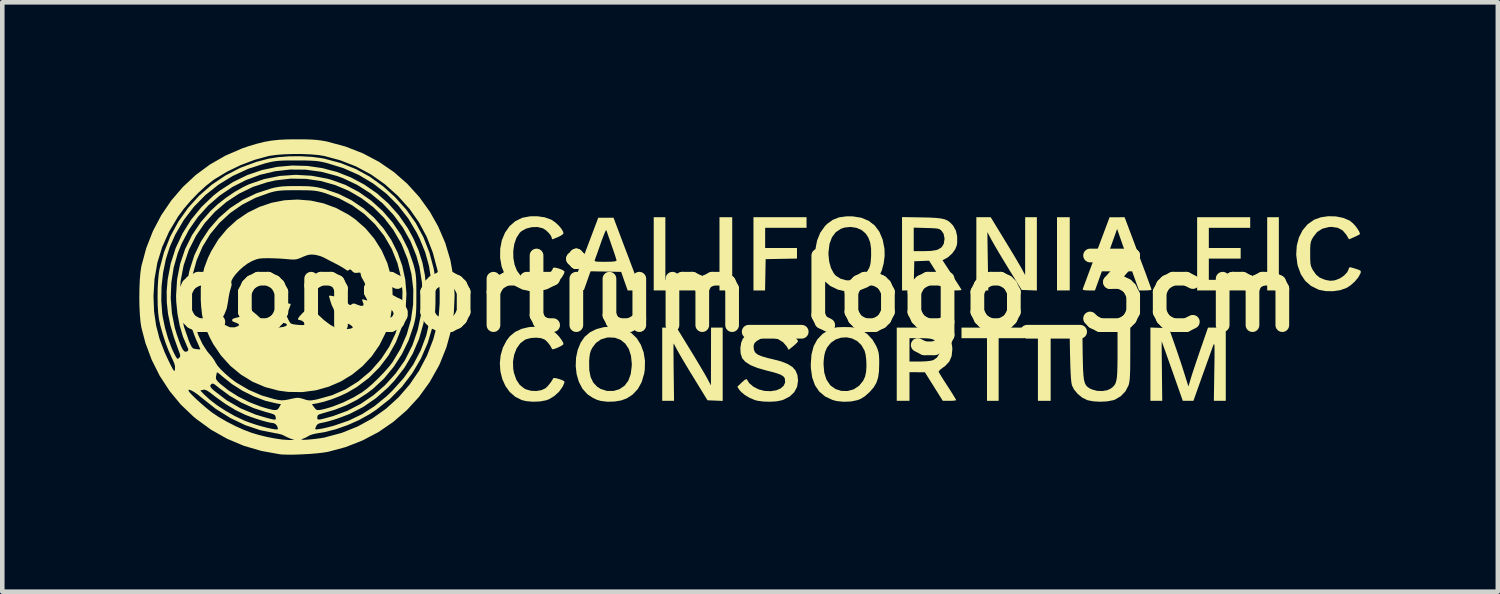
<source format=kicad_pcb>
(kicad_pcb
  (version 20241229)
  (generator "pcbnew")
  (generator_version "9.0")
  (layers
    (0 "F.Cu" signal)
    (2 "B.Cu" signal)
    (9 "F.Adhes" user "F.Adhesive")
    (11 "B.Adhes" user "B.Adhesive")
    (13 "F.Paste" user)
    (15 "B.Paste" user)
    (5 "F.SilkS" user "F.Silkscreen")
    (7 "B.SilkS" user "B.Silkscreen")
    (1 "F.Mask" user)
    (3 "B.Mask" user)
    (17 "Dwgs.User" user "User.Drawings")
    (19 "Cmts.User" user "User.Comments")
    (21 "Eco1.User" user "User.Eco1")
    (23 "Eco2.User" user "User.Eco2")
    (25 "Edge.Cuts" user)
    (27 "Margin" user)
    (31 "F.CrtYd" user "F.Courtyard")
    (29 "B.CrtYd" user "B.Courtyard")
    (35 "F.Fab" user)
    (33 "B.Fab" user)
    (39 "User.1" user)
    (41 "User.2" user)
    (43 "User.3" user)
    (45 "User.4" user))
  (footprint "consortium_logo_3cm"
    (layer "F.Cu")
    (at 13.052 3.379)
    (property "Reference" "consortium_logo_3cm" (at 0 0 0) (layer "F.SilkS") (effects (font (size 1.524 1.524) (thickness 0.3))))
    (attr board_only exclude_from_pos_files exclude_from_bom)
    (fp_poly (pts (xy -0.07 -0.07) (xy -0.349 -0.07) (xy -0.349 -1.673) (xy -0.07 -1.673)) (stroke (width 0) (type solid)) (fill yes) (layer "F.SilkS"))
    (fp_poly (pts (xy 6.902 2.347) (xy 6.623 2.347) (xy 6.623 0.744) (xy 6.902 0.744)) (stroke (width 0) (type solid)) (fill yes) (layer "F.SilkS"))
    (fp_poly (pts (xy 7.32 -0.07) (xy 7.041 -0.07) (xy 7.041 -1.673) (xy 7.32 -1.673)) (stroke (width 0) (type solid)) (fill yes) (layer "F.SilkS"))
    (fp_poly (pts (xy 11.898 -0.07) (xy 11.643 -0.07) (xy 11.643 -1.673) (xy 11.898 -1.673)) (stroke (width 0) (type solid)) (fill yes) (layer "F.SilkS"))
    (fp_poly (pts (xy -1.534 -0.302) (xy -0.651 -0.302) (xy -0.651 -0.07) (xy -1.789 -0.07) (xy -1.789 -1.673) (xy -1.534 -1.673)) (stroke (width 0) (type solid)) (fill yes) (layer "F.SilkS"))
    (fp_poly (pts (xy 6.321 0.976) (xy 5.763 0.976) (xy 5.763 2.347) (xy 5.508 2.347) (xy 5.508 0.976) (xy 4.95 0.976) (xy 4.95 0.744) (xy 6.321 0.744)) (stroke (width 0) (type solid)) (fill yes) (layer "F.SilkS"))
    (fp_poly (pts (xy 1.557 -1.441) (xy 0.651 -1.441) (xy 0.651 -0.999) (xy 1.348 -0.999) (xy 1.348 -0.768) (xy 0.662 -0.755) (xy 0.649 -0.07) (xy 0.395 -0.07) (xy 0.395 -1.673) (xy 1.557 -1.673)) (stroke (width 0) (type solid)) (fill yes) (layer "F.SilkS"))
    (fp_poly (pts (xy 11.271 -1.441) (xy 10.365 -1.441) (xy 10.365 -0.999) (xy 11.062 -0.999) (xy 11.062 -0.767) (xy 10.365 -0.767) (xy 10.365 -0.302) (xy 11.294 -0.302) (xy 11.294 -0.07) (xy 10.109 -0.07) (xy 10.109 -1.673) (xy 11.271 -1.673)) (stroke (width 0) (type solid)) (fill yes) (layer "F.SilkS"))
    (fp_poly (pts (xy 6.6 -0.068) (xy 6.433 -0.075) (xy 6.267 -0.081) (xy 5.988 -0.534) (xy 5.901 -0.677) (xy 5.815 -0.819) (xy 5.737 -0.95) (xy 5.671 -1.063) (xy 5.623 -1.148) (xy 5.612 -1.167) (xy 5.516 -1.347) (xy 5.526 -0.708) (xy 5.537 -0.07) (xy 5.275 -0.07) (xy 5.275 -1.673) (xy 5.589 -1.673) (xy 5.891 -1.179) (xy 5.979 -1.034) (xy 6.064 -0.894) (xy 6.14 -0.767) (xy 6.203 -0.659) (xy 6.25 -0.579) (xy 6.268 -0.546) (xy 6.343 -0.407) (xy 6.344 -1.673) (xy 6.6 -1.673)) (stroke (width 0) (type solid)) (fill yes) (layer "F.SilkS"))
    (fp_poly (pts (xy -0.999 1.214) (xy -0.911 1.358) (xy -0.826 1.499) (xy -0.749 1.628) (xy -0.684 1.739) (xy -0.637 1.821) (xy -0.623 1.847) (xy -0.536 2.01) (xy -0.535 1.377) (xy -0.534 0.744) (xy -0.279 0.744) (xy -0.279 2.349) (xy -0.445 2.342) (xy -0.612 2.335) (xy -0.911 1.847) (xy -0.999 1.704) (xy -1.082 1.565) (xy -1.157 1.44) (xy -1.219 1.334) (xy -1.263 1.256) (xy -1.28 1.226) (xy -1.316 1.158) (xy -1.342 1.109) (xy -1.354 1.092) (xy -1.355 1.114) (xy -1.356 1.177) (xy -1.356 1.274) (xy -1.355 1.4) (xy -1.354 1.548) (xy -1.352 1.713) (xy -1.352 1.72) (xy -1.344 2.347) (xy -1.603 2.347) (xy -1.603 0.744) (xy -1.288 0.744)) (stroke (width 0) (type solid)) (fill yes) (layer "F.SilkS"))
    (fp_poly (pts (xy 7.603 1.307) (xy 7.607 1.508) (xy 7.612 1.668) (xy 7.62 1.792) (xy 7.632 1.887) (xy 7.651 1.957) (xy 7.676 2.007) (xy 7.711 2.045) (xy 7.755 2.074) (xy 7.804 2.097) (xy 7.914 2.128) (xy 8.033 2.133) (xy 8.144 2.114) (xy 8.222 2.076) (xy 8.264 2.043) (xy 8.297 2.007) (xy 8.322 1.963) (xy 8.34 1.905) (xy 8.353 1.828) (xy 8.36 1.725) (xy 8.364 1.59) (xy 8.366 1.418) (xy 8.366 1.307) (xy 8.366 0.744) (xy 8.645 0.744) (xy 8.645 1.32) (xy 8.644 1.509) (xy 8.643 1.658) (xy 8.639 1.773) (xy 8.634 1.861) (xy 8.626 1.927) (xy 8.616 1.978) (xy 8.607 2.009) (xy 8.539 2.139) (xy 8.437 2.246) (xy 8.311 2.32) (xy 8.27 2.334) (xy 8.139 2.359) (xy 7.986 2.367) (xy 7.835 2.358) (xy 7.708 2.333) (xy 7.598 2.28) (xy 7.495 2.197) (xy 7.412 2.096) (xy 7.369 2.01) (xy 7.357 1.954) (xy 7.347 1.862) (xy 7.339 1.731) (xy 7.332 1.558) (xy 7.327 1.341) (xy 7.326 1.33) (xy 7.315 0.744) (xy 7.596 0.744)) (stroke (width 0) (type solid)) (fill yes) (layer "F.SilkS"))
    (fp_poly (pts (xy 8.816 -0.889) (xy 8.883 -0.708) (xy 8.946 -0.541) (xy 9.001 -0.393) (xy 9.046 -0.268) (xy 9.081 -0.173) (xy 9.103 -0.11) (xy 9.11 -0.087) (xy 9.089 -0.078) (xy 9.034 -0.072) (xy 8.973 -0.07) (xy 8.836 -0.07) (xy 8.686 -0.488) (xy 8.023 -0.488) (xy 7.948 -0.279) (xy 7.872 -0.07) (xy 7.733 -0.07) (xy 7.652 -0.073) (xy 7.611 -0.083) (xy 7.604 -0.099) (xy 7.614 -0.127) (xy 7.639 -0.193) (xy 7.676 -0.292) (xy 7.723 -0.42) (xy 7.78 -0.571) (xy 7.833 -0.715) (xy 8.111 -0.715) (xy 8.132 -0.707) (xy 8.191 -0.702) (xy 8.276 -0.698) (xy 8.357 -0.697) (xy 8.467 -0.698) (xy 8.537 -0.701) (xy 8.577 -0.707) (xy 8.592 -0.718) (xy 8.592 -0.735) (xy 8.592 -0.738) (xy 8.58 -0.774) (xy 8.556 -0.844) (xy 8.523 -0.941) (xy 8.483 -1.054) (xy 8.468 -1.097) (xy 8.357 -1.416) (xy 8.235 -1.074) (xy 8.192 -0.956) (xy 8.156 -0.853) (xy 8.129 -0.773) (xy 8.114 -0.725) (xy 8.111 -0.715) (xy 7.833 -0.715) (xy 7.843 -0.739) (xy 7.903 -0.9) (xy 8.192 -1.672) (xy 8.521 -1.673)) (stroke (width 0) (type solid)) (fill yes) (layer "F.SilkS"))
    (fp_poly (pts (xy 4.084 -1.669) (xy 4.261 -1.665) (xy 4.398 -1.657) (xy 4.504 -1.645) (xy 4.585 -1.626) (xy 4.648 -1.598) (xy 4.701 -1.558) (xy 4.751 -1.506) (xy 4.772 -1.48) (xy 4.827 -1.38) (xy 4.855 -1.254) (xy 4.855 -1.113) (xy 4.847 -1.058) (xy 4.812 -0.97) (xy 4.746 -0.88) (xy 4.662 -0.803) (xy 4.611 -0.771) (xy 4.534 -0.732) (xy 4.742 -0.413) (xy 4.811 -0.305) (xy 4.871 -0.211) (xy 4.917 -0.139) (xy 4.944 -0.093) (xy 4.95 -0.081) (xy 4.929 -0.075) (xy 4.873 -0.071) (xy 4.8 -0.07) (xy 4.651 -0.07) (xy 4.241 -0.721) (xy 4.078 -0.715) (xy 3.916 -0.709) (xy 3.909 -0.389) (xy 3.903 -0.07) (xy 3.648 -0.07) (xy 3.648 -1.445) (xy 3.904 -1.445) (xy 3.904 -0.93) (xy 4.124 -0.93) (xy 4.28 -0.935) (xy 4.394 -0.953) (xy 4.435 -0.966) (xy 4.515 -1.015) (xy 4.561 -1.088) (xy 4.578 -1.192) (xy 4.578 -1.208) (xy 4.559 -1.307) (xy 4.522 -1.364) (xy 4.497 -1.391) (xy 4.47 -1.41) (xy 4.433 -1.422) (xy 4.377 -1.429) (xy 4.291 -1.434) (xy 4.185 -1.437) (xy 3.904 -1.445) (xy 3.648 -1.445) (xy 3.648 -1.676)) (stroke (width 0) (type solid)) (fill yes) (layer "F.SilkS"))
    (fp_poly (pts (xy 9.289 0.749) (xy 9.491 0.755) (xy 9.614 1.104) (xy 9.666 1.254) (xy 9.722 1.419) (xy 9.776 1.581) (xy 9.82 1.72) (xy 9.827 1.742) (xy 9.918 2.032) (xy 9.97 1.859) (xy 9.993 1.783) (xy 10.029 1.673) (xy 10.074 1.539) (xy 10.124 1.39) (xy 10.176 1.238) (xy 10.184 1.214) (xy 10.347 0.744) (xy 10.736 0.744) (xy 10.736 2.347) (xy 10.475 2.347) (xy 10.485 1.696) (xy 10.488 1.506) (xy 10.49 1.358) (xy 10.49 1.249) (xy 10.489 1.173) (xy 10.487 1.127) (xy 10.482 1.106) (xy 10.475 1.106) (xy 10.466 1.123) (xy 10.458 1.144) (xy 10.44 1.193) (xy 10.409 1.279) (xy 10.368 1.394) (xy 10.319 1.531) (xy 10.265 1.682) (xy 10.224 1.795) (xy 10.028 2.347) (xy 9.912 2.347) (xy 9.795 2.347) (xy 9.566 1.696) (xy 9.508 1.532) (xy 9.455 1.384) (xy 9.41 1.256) (xy 9.373 1.153) (xy 9.347 1.082) (xy 9.335 1.048) (xy 9.334 1.046) (xy 9.333 1.068) (xy 9.333 1.131) (xy 9.333 1.228) (xy 9.334 1.355) (xy 9.336 1.504) (xy 9.338 1.671) (xy 9.338 1.696) (xy 9.345 2.347) (xy 9.086 2.347) (xy 9.086 0.742)) (stroke (width 0) (type solid)) (fill yes) (layer "F.SilkS"))
    (fp_poly (pts (xy 4.098 0.745) (xy 4.239 0.751) (xy 4.349 0.763) (xy 4.435 0.782) (xy 4.504 0.808) (xy 4.563 0.845) (xy 4.587 0.864) (xy 4.675 0.954) (xy 4.727 1.054) (xy 4.748 1.178) (xy 4.749 1.222) (xy 4.734 1.368) (xy 4.684 1.485) (xy 4.597 1.58) (xy 4.549 1.615) (xy 4.491 1.658) (xy 4.456 1.696) (xy 4.45 1.713) (xy 4.466 1.742) (xy 4.502 1.802) (xy 4.554 1.885) (xy 4.618 1.984) (xy 4.647 2.029) (xy 4.713 2.131) (xy 4.768 2.22) (xy 4.809 2.287) (xy 4.831 2.326) (xy 4.834 2.332) (xy 4.812 2.34) (xy 4.757 2.345) (xy 4.687 2.347) (xy 4.54 2.347) (xy 4.344 2.034) (xy 4.148 1.721) (xy 3.98 1.721) (xy 3.811 1.72) (xy 3.811 2.347) (xy 3.532 2.347) (xy 3.532 0.976) (xy 3.811 0.976) (xy 3.811 1.487) (xy 4.033 1.487) (xy 4.174 1.482) (xy 4.282 1.469) (xy 4.336 1.453) (xy 4.413 1.399) (xy 4.46 1.321) (xy 4.475 1.23) (xy 4.459 1.139) (xy 4.409 1.06) (xy 4.362 1.021) (xy 4.318 1) (xy 4.263 0.986) (xy 4.188 0.979) (xy 4.08 0.976) (xy 4.049 0.976) (xy 3.811 0.976) (xy 3.532 0.976) (xy 3.532 0.744) (xy 3.917 0.744)) (stroke (width 0) (type solid)) (fill yes) (layer "F.SilkS"))
    (fp_poly (pts (xy -2.419 -0.999) (xy -2.353 -0.827) (xy -2.291 -0.661) (xy -2.234 -0.511) (xy -2.186 -0.382) (xy -2.148 -0.281) (xy -2.123 -0.214) (xy -2.119 -0.203) (xy -2.069 -0.07) (xy -2.214 -0.07) (xy -2.359 -0.07) (xy -2.431 -0.273) (xy -2.502 -0.476) (xy -2.837 -0.483) (xy -3.172 -0.489) (xy -3.316 -0.081) (xy -3.459 -0.074) (xy -3.533 -0.072) (xy -3.585 -0.072) (xy -3.601 -0.074) (xy -3.593 -0.097) (xy -3.571 -0.158) (xy -3.535 -0.253) (xy -3.489 -0.377) (xy -3.433 -0.524) (xy -3.37 -0.691) (xy -3.359 -0.72) (xy -3.083 -0.72) (xy -3.071 -0.708) (xy -3.037 -0.701) (xy -2.972 -0.698) (xy -2.87 -0.697) (xy -2.849 -0.697) (xy -2.723 -0.699) (xy -2.643 -0.706) (xy -2.606 -0.718) (xy -2.603 -0.723) (xy -2.61 -0.754) (xy -2.63 -0.819) (xy -2.66 -0.911) (xy -2.698 -1.02) (xy -2.71 -1.054) (xy -2.749 -1.168) (xy -2.784 -1.267) (xy -2.81 -1.343) (xy -2.825 -1.387) (xy -2.827 -1.392) (xy -2.837 -1.383) (xy -2.86 -1.337) (xy -2.891 -1.26) (xy -2.929 -1.159) (xy -2.949 -1.102) (xy -2.99 -0.984) (xy -3.027 -0.88) (xy -3.057 -0.798) (xy -3.075 -0.747) (xy -3.079 -0.738) (xy -3.083 -0.72) (xy -3.359 -0.72) (xy -3.302 -0.871) (xy -3.003 -1.662) (xy -2.669 -1.662)) (stroke (width 0) (type solid)) (fill yes) (layer "F.SilkS"))
    (fp_poly (pts (xy -2.536 0.746) (xy -2.378 0.802) (xy -2.281 0.86) (xy -2.162 0.974) (xy -2.071 1.119) (xy -2.009 1.288) (xy -1.98 1.473) (xy -1.985 1.667) (xy -1.997 1.747) (xy -2.052 1.935) (xy -2.136 2.088) (xy -2.252 2.211) (xy -2.382 2.295) (xy -2.503 2.339) (xy -2.65 2.363) (xy -2.804 2.367) (xy -2.949 2.349) (xy -3.034 2.324) (xy -3.126 2.279) (xy -3.217 2.22) (xy -3.248 2.195) (xy -3.352 2.078) (xy -3.428 1.931) (xy -3.477 1.764) (xy -3.497 1.586) (xy -3.493 1.486) (xy -3.203 1.486) (xy -3.2 1.675) (xy -3.17 1.828) (xy -3.112 1.948) (xy -3.025 2.04) (xy -2.952 2.086) (xy -2.815 2.13) (xy -2.671 2.131) (xy -2.542 2.094) (xy -2.428 2.017) (xy -2.345 1.906) (xy -2.292 1.761) (xy -2.27 1.583) (xy -2.269 1.534) (xy -2.287 1.358) (xy -2.335 1.21) (xy -2.413 1.093) (xy -2.515 1.011) (xy -2.641 0.965) (xy -2.786 0.959) (xy -2.809 0.962) (xy -2.944 1.002) (xy -3.055 1.081) (xy -3.13 1.18) (xy -3.164 1.245) (xy -3.185 1.313) (xy -3.197 1.399) (xy -3.203 1.486) (xy -3.493 1.486) (xy -3.49 1.405) (xy -3.453 1.231) (xy -3.388 1.072) (xy -3.302 0.947) (xy -3.183 0.845) (xy -3.038 0.774) (xy -2.875 0.733) (xy -2.705 0.723)) (stroke (width 0) (type solid)) (fill yes) (layer "F.SilkS"))
    (fp_poly (pts (xy 2.566 -1.692) (xy 2.755 -1.662) (xy 2.917 -1.595) (xy 3.05 -1.492) (xy 3.152 -1.355) (xy 3.224 -1.183) (xy 3.264 -0.979) (xy 3.264 -0.976) (xy 3.267 -0.824) (xy 3.246 -0.662) (xy 3.205 -0.509) (xy 3.148 -0.382) (xy 3.143 -0.373) (xy 3.038 -0.246) (xy 2.903 -0.147) (xy 2.745 -0.081) (xy 2.574 -0.048) (xy 2.397 -0.052) (xy 2.239 -0.089) (xy 2.076 -0.168) (xy 1.945 -0.28) (xy 1.847 -0.425) (xy 1.782 -0.603) (xy 1.753 -0.774) (xy 1.752 -0.859) (xy 2.037 -0.859) (xy 2.053 -0.701) (xy 2.093 -0.558) (xy 2.154 -0.444) (xy 2.196 -0.395) (xy 2.299 -0.328) (xy 2.425 -0.292) (xy 2.561 -0.29) (xy 2.693 -0.323) (xy 2.734 -0.341) (xy 2.814 -0.401) (xy 2.886 -0.489) (xy 2.892 -0.498) (xy 2.926 -0.558) (xy 2.947 -0.613) (xy 2.96 -0.68) (xy 2.968 -0.773) (xy 2.971 -0.828) (xy 2.97 -0.991) (xy 2.95 -1.121) (xy 2.909 -1.229) (xy 2.853 -1.315) (xy 2.765 -1.391) (xy 2.65 -1.441) (xy 2.521 -1.46) (xy 2.39 -1.447) (xy 2.31 -1.42) (xy 2.196 -1.344) (xy 2.113 -1.233) (xy 2.06 -1.088) (xy 2.038 -0.91) (xy 2.037 -0.859) (xy 1.752 -0.859) (xy 1.752 -0.975) (xy 1.788 -1.164) (xy 1.858 -1.335) (xy 1.961 -1.48) (xy 2.013 -1.531) (xy 2.134 -1.617) (xy 2.269 -1.67) (xy 2.428 -1.692)) (stroke (width 0) (type solid)) (fill yes) (layer "F.SilkS"))
    (fp_poly (pts (xy -4.191 0.744) (xy -4.041 0.795) (xy -3.979 0.83) (xy -3.919 0.879) (xy -3.857 0.945) (xy -3.805 1.015) (xy -3.771 1.076) (xy -3.765 1.104) (xy -3.783 1.125) (xy -3.83 1.153) (xy -3.89 1.182) (xy -3.95 1.206) (xy -3.997 1.218) (xy -4.014 1.215) (xy -4.049 1.147) (xy -4.104 1.074) (xy -4.162 1.016) (xy -4.174 1.007) (xy -4.255 0.975) (xy -4.361 0.964) (xy -4.475 0.971) (xy -4.579 0.998) (xy -4.613 1.013) (xy -4.713 1.09) (xy -4.791 1.201) (xy -4.844 1.337) (xy -4.87 1.489) (xy -4.865 1.648) (xy -4.849 1.735) (xy -4.797 1.885) (xy -4.723 1.997) (xy -4.623 2.077) (xy -4.582 2.097) (xy -4.475 2.127) (xy -4.358 2.132) (xy -4.246 2.113) (xy -4.161 2.073) (xy -4.108 2.023) (xy -4.052 1.955) (xy -4.007 1.888) (xy -3.992 1.855) (xy -3.968 1.847) (xy -3.916 1.854) (xy -3.853 1.872) (xy -3.793 1.894) (xy -3.752 1.917) (xy -3.741 1.932) (xy -3.751 1.965) (xy -3.776 2.021) (xy -3.787 2.043) (xy -3.862 2.148) (xy -3.967 2.243) (xy -4.086 2.314) (xy -4.146 2.336) (xy -4.28 2.361) (xy -4.433 2.367) (xy -4.581 2.354) (xy -4.678 2.33) (xy -4.821 2.259) (xy -4.941 2.154) (xy -5.036 2.022) (xy -5.105 1.869) (xy -5.146 1.702) (xy -5.158 1.528) (xy -5.141 1.353) (xy -5.092 1.183) (xy -5.011 1.027) (xy -4.937 0.931) (xy -4.823 0.838) (xy -4.681 0.771) (xy -4.522 0.733) (xy -4.355 0.723)) (stroke (width 0) (type solid)) (fill yes) (layer "F.SilkS"))
    (fp_poly (pts (xy -4.173 -1.67) (xy -4.036 -1.621) (xy -4.024 -1.615) (xy -3.945 -1.561) (xy -3.871 -1.493) (xy -3.81 -1.42) (xy -3.772 -1.354) (xy -3.765 -1.32) (xy -3.784 -1.295) (xy -3.835 -1.262) (xy -3.874 -1.243) (xy -3.941 -1.215) (xy -3.989 -1.195) (xy -4.002 -1.189) (xy -4.018 -1.2) (xy -4.02 -1.216) (xy -4.038 -1.265) (xy -4.084 -1.325) (xy -4.144 -1.383) (xy -4.209 -1.426) (xy -4.222 -1.432) (xy -4.335 -1.459) (xy -4.461 -1.455) (xy -4.582 -1.424) (xy -4.684 -1.368) (xy -4.722 -1.333) (xy -4.795 -1.221) (xy -4.842 -1.085) (xy -4.864 -0.935) (xy -4.862 -0.781) (xy -4.835 -0.633) (xy -4.784 -0.503) (xy -4.709 -0.401) (xy -4.69 -0.384) (xy -4.59 -0.324) (xy -4.468 -0.287) (xy -4.38 -0.279) (xy -4.278 -0.299) (xy -4.174 -0.352) (xy -4.081 -0.428) (xy -4.012 -0.517) (xy -3.992 -0.562) (xy -3.967 -0.571) (xy -3.916 -0.563) (xy -3.854 -0.545) (xy -3.794 -0.521) (xy -3.752 -0.495) (xy -3.741 -0.479) (xy -3.757 -0.43) (xy -3.797 -0.362) (xy -3.853 -0.288) (xy -3.915 -0.22) (xy -3.97 -0.174) (xy -4.129 -0.095) (xy -4.306 -0.054) (xy -4.489 -0.052) (xy -4.666 -0.09) (xy -4.666 -0.09) (xy -4.823 -0.168) (xy -4.953 -0.28) (xy -5.052 -0.423) (xy -5.119 -0.593) (xy -5.152 -0.785) (xy -5.15 -0.983) (xy -5.114 -1.17) (xy -5.044 -1.337) (xy -4.944 -1.478) (xy -4.819 -1.587) (xy -4.673 -1.658) (xy -4.653 -1.664) (xy -4.497 -1.693) (xy -4.332 -1.694)) (stroke (width 0) (type solid)) (fill yes) (layer "F.SilkS"))
    (fp_poly (pts (xy 2.509 0.734) (xy 2.595 0.742) (xy 2.664 0.759) (xy 2.731 0.785) (xy 2.881 0.879) (xy 3.002 1.008) (xy 3.083 1.147) (xy 3.113 1.218) (xy 3.132 1.281) (xy 3.143 1.351) (xy 3.148 1.441) (xy 3.148 1.534) (xy 3.143 1.704) (xy 3.124 1.839) (xy 3.087 1.951) (xy 3.029 2.05) (xy 2.945 2.147) (xy 2.93 2.162) (xy 2.833 2.248) (xy 2.743 2.304) (xy 2.676 2.331) (xy 2.531 2.361) (xy 2.371 2.368) (xy 2.216 2.352) (xy 2.126 2.328) (xy 1.964 2.252) (xy 1.836 2.145) (xy 1.742 2.007) (xy 1.681 1.837) (xy 1.652 1.634) (xy 1.65 1.547) (xy 1.65 1.545) (xy 1.929 1.545) (xy 1.945 1.73) (xy 1.993 1.882) (xy 2.073 2.001) (xy 2.083 2.012) (xy 2.192 2.089) (xy 2.32 2.13) (xy 2.457 2.132) (xy 2.591 2.095) (xy 2.592 2.094) (xy 2.707 2.018) (xy 2.796 1.909) (xy 2.838 1.819) (xy 2.86 1.718) (xy 2.869 1.59) (xy 2.865 1.456) (xy 2.85 1.332) (xy 2.828 1.25) (xy 2.759 1.128) (xy 2.666 1.039) (xy 2.555 0.982) (xy 2.434 0.957) (xy 2.311 0.965) (xy 2.194 1.004) (xy 2.09 1.076) (xy 2.007 1.179) (xy 1.967 1.269) (xy 1.946 1.353) (xy 1.933 1.46) (xy 1.929 1.545) (xy 1.65 1.545) (xy 1.665 1.334) (xy 1.712 1.153) (xy 1.792 1.004) (xy 1.905 0.884) (xy 2.032 0.802) (xy 2.102 0.769) (xy 2.163 0.748) (xy 2.229 0.737) (xy 2.316 0.733) (xy 2.392 0.732)) (stroke (width 0) (type solid)) (fill yes) (layer "F.SilkS"))
    (fp_poly (pts (xy 13.146 -1.691) (xy 13.306 -1.659) (xy 13.442 -1.602) (xy 13.462 -1.589) (xy 13.515 -1.545) (xy 13.571 -1.486) (xy 13.62 -1.42) (xy 13.657 -1.36) (xy 13.674 -1.315) (xy 13.67 -1.299) (xy 13.64 -1.282) (xy 13.583 -1.254) (xy 13.544 -1.236) (xy 13.434 -1.189) (xy 13.375 -1.29) (xy 13.295 -1.384) (xy 13.188 -1.441) (xy 13.056 -1.461) (xy 12.989 -1.457) (xy 12.849 -1.421) (xy 12.736 -1.348) (xy 12.648 -1.236) (xy 12.648 -1.235) (xy 12.619 -1.184) (xy 12.601 -1.136) (xy 12.59 -1.081) (xy 12.585 -1.006) (xy 12.584 -0.899) (xy 12.584 -0.871) (xy 12.585 -0.756) (xy 12.589 -0.675) (xy 12.598 -0.617) (xy 12.615 -0.569) (xy 12.641 -0.519) (xy 12.647 -0.509) (xy 12.714 -0.415) (xy 12.792 -0.351) (xy 12.896 -0.308) (xy 12.931 -0.298) (xy 13.018 -0.282) (xy 13.099 -0.287) (xy 13.147 -0.299) (xy 13.241 -0.337) (xy 13.327 -0.397) (xy 13.393 -0.467) (xy 13.424 -0.528) (xy 13.433 -0.56) (xy 13.446 -0.576) (xy 13.475 -0.575) (xy 13.531 -0.559) (xy 13.584 -0.543) (xy 13.654 -0.519) (xy 13.687 -0.5) (xy 13.694 -0.476) (xy 13.684 -0.441) (xy 13.636 -0.353) (xy 13.558 -0.261) (xy 13.463 -0.178) (xy 13.378 -0.124) (xy 13.243 -0.076) (xy 13.086 -0.053) (xy 12.926 -0.055) (xy 12.78 -0.083) (xy 12.763 -0.089) (xy 12.603 -0.168) (xy 12.476 -0.279) (xy 12.38 -0.423) (xy 12.314 -0.602) (xy 12.303 -0.651) (xy 12.278 -0.856) (xy 12.291 -1.051) (xy 12.338 -1.23) (xy 12.418 -1.388) (xy 12.528 -1.518) (xy 12.667 -1.616) (xy 12.674 -1.62) (xy 12.817 -1.671) (xy 12.979 -1.695)) (stroke (width 0) (type solid)) (fill yes) (layer "F.SilkS"))
    (fp_poly (pts (xy 0.787 0.726) (xy 0.93 0.743) (xy 1.051 0.775) (xy 1.072 0.784) (xy 1.136 0.82) (xy 1.208 0.871) (xy 1.277 0.929) (xy 1.334 0.985) (xy 1.367 1.029) (xy 1.371 1.043) (xy 1.354 1.068) (xy 1.312 1.11) (xy 1.269 1.147) (xy 1.166 1.231) (xy 1.119 1.15) (xy 1.04 1.061) (xy 0.934 0.997) (xy 0.811 0.961) (xy 0.683 0.956) (xy 0.562 0.982) (xy 0.463 1.039) (xy 0.416 1.087) (xy 0.399 1.136) (xy 0.4 1.193) (xy 0.412 1.252) (xy 0.442 1.299) (xy 0.497 1.339) (xy 0.582 1.374) (xy 0.703 1.409) (xy 0.809 1.434) (xy 0.996 1.482) (xy 1.141 1.539) (xy 1.247 1.605) (xy 1.318 1.686) (xy 1.358 1.784) (xy 1.371 1.901) (xy 1.371 1.905) (xy 1.35 2.042) (xy 1.287 2.159) (xy 1.186 2.254) (xy 1.049 2.324) (xy 1.008 2.337) (xy 0.895 2.359) (xy 0.757 2.367) (xy 0.613 2.363) (xy 0.483 2.345) (xy 0.431 2.332) (xy 0.315 2.284) (xy 0.205 2.219) (xy 0.118 2.145) (xy 0.082 2.101) (xy 0.042 2.039) (xy 0.14 1.943) (xy 0.197 1.893) (xy 0.236 1.871) (xy 0.248 1.875) (xy 0.303 1.961) (xy 0.393 2.037) (xy 0.507 2.096) (xy 0.633 2.129) (xy 0.637 2.13) (xy 0.774 2.136) (xy 0.894 2.117) (xy 0.99 2.076) (xy 1.056 2.017) (xy 1.089 1.944) (xy 1.082 1.859) (xy 1.078 1.849) (xy 1.052 1.814) (xy 1.001 1.781) (xy 0.918 1.748) (xy 0.798 1.713) (xy 0.681 1.684) (xy 0.485 1.629) (xy 0.329 1.565) (xy 0.217 1.493) (xy 0.149 1.415) (xy 0.147 1.412) (xy 0.114 1.309) (xy 0.108 1.188) (xy 0.127 1.07) (xy 0.162 0.988) (xy 0.255 0.88) (xy 0.378 0.794) (xy 0.514 0.743) (xy 0.642 0.725)) (stroke (width 0) (type solid)) (fill yes) (layer "F.SilkS"))
    (fp_poly (pts (xy -9.304 -2.038) (xy -9.02 -1.977) (xy -8.743 -1.875) (xy -8.476 -1.732) (xy -8.325 -1.628) (xy -8.1 -1.43) (xy -7.906 -1.201) (xy -7.745 -0.945) (xy -7.622 -0.67) (xy -7.543 -0.39) (xy -7.513 -0.173) (xy -7.505 0.064) (xy -7.518 0.303) (xy -7.553 0.524) (xy -7.564 0.571) (xy -7.661 0.862) (xy -7.795 1.13) (xy -7.964 1.373) (xy -8.163 1.587) (xy -8.389 1.771) (xy -8.638 1.922) (xy -8.906 2.038) (xy -9.189 2.117) (xy -9.485 2.156) (xy -9.789 2.152) (xy -9.997 2.125) (xy -10.292 2.048) (xy -10.57 1.93) (xy -10.827 1.773) (xy -11.06 1.58) (xy -11.264 1.354) (xy -11.437 1.098) (xy -11.516 0.946) (xy -11.591 0.776) (xy -11.643 0.619) (xy -11.648 0.598) (xy -11.243 0.598) (xy -11.22 0.647) (xy -11.166 0.691) (xy -11.068 0.736) (xy -10.97 0.738) (xy -10.911 0.72) (xy -10.869 0.695) (xy -10.872 0.668) (xy -10.919 0.642) (xy -10.952 0.632) (xy -11.01 0.606) (xy -11.024 0.575) (xy -10.994 0.547) (xy -10.945 0.532) (xy -10.828 0.502) (xy -10.745 0.456) (xy -10.696 0.404) (xy -10.648 0.339) (xy -10.549 0.407) (xy -10.483 0.461) (xy -10.404 0.534) (xy -10.332 0.61) (xy -10.215 0.744) (xy -10.07 0.744) (xy -9.961 0.738) (xy -9.881 0.724) (xy -9.832 0.703) (xy -9.818 0.68) (xy -9.842 0.656) (xy -9.908 0.636) (xy -9.952 0.629) (xy -10.051 0.616) (xy -10.047 0.418) (xy -10.042 0.221) (xy -9.89 0.214) (xy -9.812 0.213) (xy -9.758 0.219) (xy -9.737 0.228) (xy -9.746 0.26) (xy -9.768 0.319) (xy -9.786 0.361) (xy -9.836 0.472) (xy -9.788 0.57) (xy -9.76 0.623) (xy -9.732 0.654) (xy -9.689 0.67) (xy -9.618 0.68) (xy -9.597 0.682) (xy -9.518 0.688) (xy -9.457 0.688) (xy -9.431 0.683) (xy -9.426 0.659) (xy -9.449 0.626) (xy -9.487 0.595) (xy -9.527 0.581) (xy -9.53 0.581) (xy -9.57 0.574) (xy -9.578 0.551) (xy -9.553 0.509) (xy -9.494 0.443) (xy -9.46 0.409) (xy -9.325 0.275) (xy -9.165 0.434) (xy -9.008 0.58) (xy -8.868 0.685) (xy -8.748 0.75) (xy -8.68 0.77) (xy -8.598 0.778) (xy -8.509 0.776) (xy -8.431 0.767) (xy -8.382 0.751) (xy -8.381 0.73) (xy -8.408 0.701) (xy -8.452 0.672) (xy -8.499 0.653) (xy -8.517 0.651) (xy -8.552 0.647) (xy -8.582 0.634) (xy -8.616 0.602) (xy -8.663 0.546) (xy -8.71 0.484) (xy -8.783 0.37) (xy -8.841 0.246) (xy -8.855 0.205) (xy -8.878 0.129) (xy -8.894 0.073) (xy -8.9 0.049) (xy -8.881 0.044) (xy -8.832 0.05) (xy -8.769 0.064) (xy -8.706 0.082) (xy -8.659 0.101) (xy -8.651 0.106) (xy -8.604 0.131) (xy -8.575 0.139) (xy -8.544 0.156) (xy -8.502 0.195) (xy -8.495 0.203) (xy -8.456 0.243) (xy -8.428 0.25) (xy -8.403 0.234) (xy -8.372 0.217) (xy -8.333 0.22) (xy -8.272 0.245) (xy -8.197 0.269) (xy -8.152 0.263) (xy -8.141 0.23) (xy -8.157 0.186) (xy -8.174 0.138) (xy -8.159 0.122) (xy -8.114 0.137) (xy -8.058 0.151) (xy -8.025 0.146) (xy -7.985 0.125) (xy -7.95 0.098) (xy -7.933 0.076) (xy -7.94 0.07) (xy -7.972 0.051) (xy -8.013 0.003) (xy -8.054 -0.059) (xy -8.085 -0.123) (xy -8.096 -0.164) (xy -8.117 -0.235) (xy -8.154 -0.303) (xy -8.154 -0.303) (xy -8.188 -0.363) (xy -8.203 -0.417) (xy -8.203 -0.42) (xy -8.209 -0.454) (xy -8.237 -0.462) (xy -8.275 -0.456) (xy -8.336 -0.454) (xy -8.38 -0.482) (xy -8.39 -0.494) (xy -8.425 -0.528) (xy -8.453 -0.525) (xy -8.462 -0.517) (xy -8.492 -0.502) (xy -8.529 -0.523) (xy -8.532 -0.526) (xy -8.571 -0.553) (xy -8.639 -0.594) (xy -8.724 -0.641) (xy -8.754 -0.656) (xy -8.849 -0.705) (xy -8.938 -0.751) (xy -9.007 -0.787) (xy -9.019 -0.794) (xy -9.095 -0.824) (xy -9.186 -0.847) (xy -9.219 -0.852) (xy -9.295 -0.856) (xy -9.365 -0.845) (xy -9.447 -0.815) (xy -9.478 -0.801) (xy -9.551 -0.77) (xy -9.608 -0.753) (xy -9.667 -0.746) (xy -9.744 -0.749) (xy -9.824 -0.756) (xy -9.951 -0.766) (xy -10.095 -0.773) (xy -10.227 -0.776) (xy -10.237 -0.776) (xy -10.345 -0.774) (xy -10.425 -0.767) (xy -10.494 -0.749) (xy -10.569 -0.719) (xy -10.597 -0.706) (xy -10.687 -0.655) (xy -10.778 -0.586) (xy -10.864 -0.509) (xy -10.939 -0.428) (xy -10.998 -0.35) (xy -11.033 -0.283) (xy -11.04 -0.233) (xy -11.031 -0.218) (xy -11.031 -0.19) (xy -11.044 -0.136) (xy -11.053 -0.108) (xy -11.073 -0.036) (xy -11.093 0.062) (xy -11.108 0.164) (xy -11.108 0.168) (xy -11.137 0.323) (xy -11.183 0.44) (xy -11.188 0.449) (xy -11.232 0.536) (xy -11.243 0.598) (xy -11.648 0.598) (xy -11.678 0.46) (xy -11.698 0.281) (xy -11.706 0.145) (xy -11.706 -0.115) (xy -11.681 -0.347) (xy -11.63 -0.565) (xy -11.548 -0.783) (xy -11.477 -0.93) (xy -11.319 -1.19) (xy -11.13 -1.417) (xy -10.916 -1.612) (xy -10.678 -1.773) (xy -10.423 -1.899) (xy -10.154 -1.99) (xy -9.875 -2.044) (xy -9.59 -2.06)) (stroke (width 0) (type solid)) (fill yes) (layer "F.SilkS"))
    (fp_poly (pts (xy -9.425 -3.378) (xy -9.289 -3.374) (xy -9.176 -3.366) (xy -9.076 -3.354) (xy -8.979 -3.337) (xy -8.934 -3.328) (xy -8.533 -3.219) (xy -8.157 -3.072) (xy -7.806 -2.887) (xy -7.482 -2.665) (xy -7.187 -2.408) (xy -6.923 -2.117) (xy -6.69 -1.793) (xy -6.507 -1.468) (xy -6.353 -1.109) (xy -6.242 -0.737) (xy -6.173 -0.355) (xy -6.148 0.031) (xy -6.165 0.419) (xy -6.225 0.802) (xy -6.328 1.176) (xy -6.473 1.538) (xy -6.498 1.589) (xy -6.697 1.941) (xy -6.93 2.263) (xy -7.196 2.553) (xy -7.492 2.809) (xy -7.815 3.031) (xy -8.165 3.215) (xy -8.537 3.361) (xy -8.921 3.464) (xy -9.028 3.481) (xy -9.166 3.497) (xy -9.325 3.51) (xy -9.491 3.519) (xy -9.654 3.525) (xy -9.801 3.526) (xy -9.92 3.522) (xy -9.969 3.518) (xy -10.379 3.444) (xy -10.766 3.331) (xy -11.131 3.177) (xy -11.477 2.982) (xy -11.804 2.744) (xy -11.867 2.692) (xy -12.144 2.428) (xy -12.389 2.131) (xy -12.402 2.111) (xy -11.976 2.111) (xy -11.969 2.136) (xy -11.938 2.177) (xy -11.878 2.239) (xy -11.798 2.316) (xy -11.705 2.4) (xy -11.607 2.485) (xy -11.512 2.562) (xy -11.458 2.604) (xy -11.315 2.7) (xy -11.141 2.801) (xy -10.952 2.898) (xy -10.762 2.983) (xy -10.597 3.046) (xy -10.436 3.094) (xy -10.26 3.137) (xy -10.084 3.171) (xy -9.922 3.195) (xy -9.788 3.204) (xy -9.784 3.204) (xy -9.656 3.205) (xy -9.743 3.174) (xy -9.814 3.144) (xy -9.876 3.113) (xy -9.882 3.109) (xy -9.935 3.086) (xy -10.013 3.066) (xy -10.062 3.058) (xy -10.4 2.991) (xy -10.733 2.879) (xy -11.059 2.723) (xy -11.378 2.523) (xy -11.685 2.28) (xy -11.689 2.277) (xy -11.771 2.21) (xy -11.847 2.157) (xy -11.91 2.121) (xy -11.911 2.121) (xy -11.716 2.121) (xy -11.639 2.202) (xy -11.507 2.323) (xy -11.343 2.449) (xy -11.156 2.57) (xy -10.959 2.681) (xy -10.764 2.774) (xy -10.723 2.791) (xy -10.612 2.832) (xy -10.491 2.872) (xy -10.37 2.907) (xy -10.254 2.937) (xy -10.154 2.959) (xy -10.075 2.972) (xy -10.027 2.972) (xy -10.016 2.964) (xy -10.032 2.903) (xy -10.071 2.854) (xy -10.117 2.835) (xy -10.176 2.827) (xy -10.268 2.806) (xy -10.38 2.775) (xy -10.502 2.736) (xy -10.623 2.695) (xy -10.731 2.653) (xy -10.745 2.647) (xy -10.948 2.548) (xy -11.163 2.417) (xy -11.379 2.263) (xy -11.425 2.227) (xy -11.51 2.161) (xy -11.57 2.122) (xy -11.614 2.105) (xy -11.65 2.104) (xy -11.656 2.106) (xy -11.716 2.121) (xy -11.911 2.121) (xy -11.955 2.104) (xy -11.976 2.111) (xy -12.402 2.111) (xy -12.469 2.008) (xy -11.497 2.008) (xy -11.495 2.04) (xy -11.46 2.083) (xy -11.421 2.119) (xy -11.14 2.335) (xy -10.835 2.511) (xy -10.507 2.648) (xy -10.306 2.708) (xy -10.198 2.737) (xy -10.127 2.754) (xy -10.086 2.759) (xy -10.067 2.753) (xy -10.063 2.736) (xy -10.066 2.706) (xy -10.067 2.705) (xy -10.074 2.676) (xy -10.092 2.654) (xy -10.131 2.635) (xy -10.198 2.614) (xy -10.289 2.59) (xy -10.553 2.505) (xy -10.82 2.384) (xy -11.075 2.235) (xy -11.304 2.066) (xy -11.329 2.045) (xy -11.394 1.993) (xy -11.436 1.97) (xy -11.464 1.973) (xy -11.471 1.977) (xy -11.497 2.008) (xy -12.469 2.008) (xy -12.571 1.851) (xy -11.375 1.851) (xy -11.361 1.89) (xy -11.321 1.936) (xy -11.287 1.969) (xy -11.103 2.116) (xy -10.885 2.254) (xy -10.646 2.375) (xy -10.399 2.471) (xy -10.318 2.496) (xy -10.201 2.529) (xy -10.12 2.547) (xy -10.066 2.55) (xy -10.03 2.539) (xy -10.003 2.512) (xy -9.989 2.488) (xy -9.95 2.42) (xy -10.047 2.404) (xy -10.291 2.346) (xy -10.543 2.251) (xy -10.792 2.127) (xy -11.026 1.978) (xy -11.219 1.824) (xy -11.281 1.771) (xy -11.327 1.735) (xy -11.349 1.722) (xy -11.35 1.723) (xy -11.359 1.749) (xy -11.37 1.802) (xy -11.371 1.805) (xy -11.375 1.851) (xy -12.571 1.851) (xy -12.602 1.805) (xy -12.779 1.453) (xy -12.918 1.08) (xy -13.006 0.744) (xy -13.026 0.618) (xy -13.04 0.457) (xy -13.049 0.274) (xy -13.052 0.078) (xy -13.051 0.07) (xy -12.741 0.07) (xy -12.728 0.395) (xy -12.684 0.697) (xy -12.609 0.989) (xy -12.497 1.284) (xy -12.414 1.464) (xy -12.36 1.573) (xy -12.323 1.644) (xy -12.299 1.683) (xy -12.285 1.694) (xy -12.276 1.682) (xy -12.271 1.65) (xy -12.271 1.65) (xy -12.27 1.595) (xy -12.285 1.531) (xy -12.321 1.446) (xy -12.346 1.394) (xy -12.413 1.244) (xy -12.481 1.066) (xy -12.542 0.876) (xy -12.593 0.692) (xy -12.622 0.558) (xy -12.639 0.424) (xy -12.649 0.259) (xy -12.651 0.148) (xy -12.571 0.148) (xy -12.55 0.437) (xy -12.538 0.513) (xy -12.489 0.749) (xy -12.422 0.982) (xy -12.343 1.194) (xy -12.293 1.302) (xy -12.254 1.377) (xy -12.228 1.417) (xy -12.208 1.427) (xy -12.188 1.415) (xy -12.181 1.409) (xy -12.16 1.382) (xy -12.156 1.352) (xy -12.169 1.304) (xy -12.186 1.26) (xy -12.293 0.962) (xy -12.372 0.691) (xy -12.424 0.438) (xy -12.45 0.195) (xy -12.451 0.096) (xy -12.364 0.096) (xy -12.338 0.431) (xy -12.274 0.753) (xy -12.227 0.906) (xy -12.176 1.051) (xy -12.135 1.155) (xy -12.1 1.224) (xy -12.068 1.262) (xy -12.037 1.273) (xy -12.003 1.263) (xy -11.995 1.258) (xy -11.979 1.237) (xy -11.985 1.201) (xy -12.009 1.148) (xy -12.097 0.94) (xy -12.167 0.701) (xy -12.216 0.444) (xy -12.243 0.183) (xy -12.247 0.053) (xy -12.167 0.053) (xy -12.143 0.391) (xy -12.074 0.725) (xy -11.968 1.03) (xy -11.931 1.116) (xy -11.903 1.169) (xy -11.876 1.197) (xy -11.842 1.209) (xy -11.81 1.214) (xy -11.753 1.22) (xy -11.72 1.221) (xy -11.718 1.22) (xy -11.724 1.199) (xy -11.746 1.145) (xy -11.78 1.069) (xy -11.796 1.035) (xy -11.841 0.926) (xy -11.888 0.795) (xy -11.929 0.665) (xy -11.939 0.63) (xy -11.963 0.533) (xy -11.98 0.446) (xy -11.99 0.356) (xy -11.996 0.251) (xy -11.999 0.117) (xy -11.999 0.097) (xy -11.92 0.097) (xy -11.912 0.278) (xy -11.894 0.436) (xy -11.889 0.469) (xy -11.833 0.699) (xy -11.758 0.914) (xy -11.668 1.105) (xy -11.566 1.262) (xy -11.516 1.322) (xy -11.455 1.394) (xy -11.404 1.468) (xy -11.381 1.511) (xy -11.342 1.574) (xy -11.272 1.654) (xy -11.18 1.744) (xy -11.074 1.837) (xy -10.962 1.923) (xy -10.922 1.951) (xy -10.658 2.106) (xy -10.371 2.23) (xy -10.086 2.312) (xy -10.002 2.329) (xy -9.935 2.336) (xy -9.869 2.332) (xy -9.788 2.318) (xy -9.696 2.297) (xy -9.614 2.282) (xy -9.549 2.283) (xy -9.474 2.302) (xy -9.452 2.309) (xy -9.388 2.329) (xy -9.336 2.338) (xy -9.279 2.336) (xy -9.203 2.324) (xy -9.146 2.312) (xy -8.828 2.223) (xy -8.533 2.094) (xy -8.259 1.923) (xy -8.006 1.711) (xy -7.969 1.675) (xy -7.754 1.428) (xy -7.579 1.161) (xy -7.444 0.876) (xy -7.35 0.578) (xy -7.298 0.271) (xy -7.289 -0.041) (xy -7.322 -0.355) (xy -7.399 -0.665) (xy -7.52 -0.969) (xy -7.53 -0.989) (xy -7.693 -1.269) (xy -7.893 -1.521) (xy -8.125 -1.743) (xy -8.388 -1.932) (xy -8.679 -2.087) (xy -8.982 -2.2) (xy -9.062 -2.223) (xy -9.132 -2.24) (xy -9.203 -2.252) (xy -9.283 -2.259) (xy -9.384 -2.263) (xy -9.516 -2.264) (xy -9.598 -2.264) (xy -9.753 -2.264) (xy -9.872 -2.262) (xy -9.964 -2.256) (xy -10.041 -2.247) (xy -10.111 -2.233) (xy -10.185 -2.213) (xy -10.188 -2.213) (xy -10.507 -2.098) (xy -10.801 -1.947) (xy -11.066 -1.762) (xy -11.3 -1.545) (xy -11.502 -1.3) (xy -11.668 -1.028) (xy -11.796 -0.732) (xy -11.884 -0.415) (xy -11.885 -0.413) (xy -11.906 -0.266) (xy -11.918 -0.09) (xy -11.92 0.097) (xy -11.999 0.097) (xy -11.999 0.046) (xy -11.999 -0.109) (xy -11.995 -0.23) (xy -11.986 -0.33) (xy -11.972 -0.42) (xy -11.951 -0.514) (xy -11.95 -0.518) (xy -11.846 -0.841) (xy -11.703 -1.14) (xy -11.524 -1.413) (xy -11.311 -1.657) (xy -11.066 -1.871) (xy -10.791 -2.051) (xy -10.49 -2.196) (xy -10.165 -2.303) (xy -10.073 -2.325) (xy -9.986 -2.34) (xy -9.894 -2.349) (xy -9.783 -2.354) (xy -9.641 -2.355) (xy -9.598 -2.355) (xy -9.449 -2.354) (xy -9.333 -2.35) (xy -9.239 -2.341) (xy -9.152 -2.328) (xy -9.061 -2.307) (xy -9.005 -2.293) (xy -8.694 -2.187) (xy -8.407 -2.045) (xy -8.146 -1.869) (xy -7.912 -1.663) (xy -7.708 -1.431) (xy -7.536 -1.176) (xy -7.398 -0.901) (xy -7.295 -0.611) (xy -7.229 -0.309) (xy -7.203 0.002) (xy -7.219 0.317) (xy -7.279 0.634) (xy -7.313 0.755) (xy -7.435 1.066) (xy -7.596 1.353) (xy -7.794 1.614) (xy -8.026 1.846) (xy -8.29 2.045) (xy -8.505 2.171) (xy -8.665 2.245) (xy -8.839 2.313) (xy -9.011 2.367) (xy -9.162 2.403) (xy -9.174 2.405) (xy -9.273 2.421) (xy -9.223 2.49) (xy -9.187 2.534) (xy -9.151 2.55) (xy -9.093 2.546) (xy -9.078 2.543) (xy -9.008 2.528) (xy -8.913 2.502) (xy -8.814 2.471) (xy -8.808 2.469) (xy -8.586 2.382) (xy -8.361 2.272) (xy -8.18 2.164) (xy -8.075 2.086) (xy -7.952 1.981) (xy -7.824 1.858) (xy -7.7 1.73) (xy -7.59 1.606) (xy -7.507 1.499) (xy -7.33 1.203) (xy -7.196 0.892) (xy -7.104 0.57) (xy -7.057 0.241) (xy -7.053 -0.091) (xy -7.092 -0.423) (xy -7.176 -0.752) (xy -7.305 -1.072) (xy -7.321 -1.104) (xy -7.491 -1.397) (xy -7.694 -1.66) (xy -7.927 -1.891) (xy -8.186 -2.089) (xy -8.466 -2.252) (xy -8.765 -2.378) (xy -9.078 -2.466) (xy -9.402 -2.513) (xy -9.733 -2.518) (xy -10.068 -2.48) (xy -10.247 -2.44) (xy -10.566 -2.336) (xy -10.866 -2.19) (xy -11.145 -2.007) (xy -11.397 -1.791) (xy -11.62 -1.544) (xy -11.809 -1.269) (xy -11.96 -0.972) (xy -11.97 -0.949) (xy -12.081 -0.621) (xy -12.146 -0.285) (xy -12.167 0.053) (xy -12.247 0.053) (xy -12.247 0.046) (xy -12.225 -0.309) (xy -12.159 -0.65) (xy -12.049 -0.975) (xy -11.897 -1.282) (xy -11.702 -1.57) (xy -11.494 -1.809) (xy -11.337 -1.955) (xy -11.155 -2.098) (xy -10.962 -2.229) (xy -10.771 -2.337) (xy -10.65 -2.394) (xy -10.318 -2.508) (xy -9.976 -2.577) (xy -9.628 -2.601) (xy -9.278 -2.581) (xy -8.932 -2.516) (xy -8.856 -2.495) (xy -8.543 -2.382) (xy -8.248 -2.227) (xy -7.974 -2.036) (xy -7.726 -1.812) (xy -7.506 -1.558) (xy -7.318 -1.278) (xy -7.166 -0.975) (xy -7.053 -0.654) (xy -7.047 -0.632) (xy -7.025 -0.548) (xy -7.009 -0.474) (xy -6.998 -0.4) (xy -6.991 -0.317) (xy -6.987 -0.214) (xy -6.986 -0.081) (xy -6.986 0.035) (xy -6.986 0.194) (xy -6.988 0.317) (xy -6.993 0.413) (xy -7.001 0.493) (xy -7.013 0.565) (xy -7.031 0.642) (xy -7.047 0.704) (xy -7.155 1.021) (xy -7.302 1.323) (xy -7.484 1.605) (xy -7.696 1.861) (xy -7.934 2.083) (xy -8.064 2.182) (xy -8.288 2.326) (xy -8.517 2.443) (xy -8.765 2.54) (xy -9.046 2.623) (xy -9.057 2.626) (xy -9.12 2.646) (xy -9.149 2.671) (xy -9.156 2.71) (xy -9.154 2.736) (xy -9.145 2.752) (xy -9.121 2.758) (xy -9.077 2.752) (xy -9.006 2.735) (xy -8.9 2.706) (xy -8.81 2.681) (xy -8.501 2.568) (xy -8.204 2.414) (xy -7.924 2.224) (xy -7.668 2.001) (xy -7.441 1.75) (xy -7.248 1.476) (xy -7.226 1.438) (xy -7.071 1.128) (xy -6.957 0.799) (xy -6.884 0.459) (xy -6.852 0.111) (xy -6.863 -0.237) (xy -6.917 -0.58) (xy -6.984 -0.824) (xy -7.113 -1.146) (xy -7.282 -1.447) (xy -7.487 -1.725) (xy -7.724 -1.976) (xy -7.991 -2.196) (xy -8.283 -2.382) (xy -8.597 -2.53) (xy -8.726 -2.577) (xy -9.067 -2.668) (xy -9.409 -2.714) (xy -9.749 -2.717) (xy -10.082 -2.679) (xy -10.407 -2.602) (xy -10.718 -2.486) (xy -11.014 -2.335) (xy -11.289 -2.149) (xy -11.542 -1.93) (xy -11.768 -1.68) (xy -11.964 -1.4) (xy -12.126 -1.093) (xy -12.209 -0.889) (xy -12.299 -0.573) (xy -12.351 -0.241) (xy -12.364 0.096) (xy -12.451 0.096) (xy -12.453 -0.048) (xy -12.432 -0.3) (xy -12.432 -0.303) (xy -12.365 -0.656) (xy -12.256 -0.996) (xy -12.105 -1.319) (xy -11.916 -1.621) (xy -11.691 -1.897) (xy -11.431 -2.145) (xy -11.298 -2.25) (xy -10.999 -2.444) (xy -10.687 -2.596) (xy -10.365 -2.706) (xy -10.036 -2.775) (xy -9.705 -2.805) (xy -9.374 -2.796) (xy -9.047 -2.749) (xy -8.728 -2.665) (xy -8.419 -2.544) (xy -8.126 -2.388) (xy -7.851 -2.198) (xy -7.598 -1.974) (xy -7.37 -1.717) (xy -7.171 -1.429) (xy -7.054 -1.213) (xy -6.937 -0.945) (xy -6.853 -0.68) (xy -6.799 -0.405) (xy -6.771 -0.104) (xy -6.77 -0.07) (xy -6.777 0.295) (xy -6.83 0.648) (xy -6.926 0.989) (xy -7.065 1.314) (xy -7.245 1.621) (xy -7.467 1.906) (xy -7.609 2.057) (xy -7.872 2.29) (xy -8.149 2.481) (xy -8.448 2.635) (xy -8.695 2.729) (xy -8.807 2.765) (xy -8.914 2.796) (xy -9.003 2.818) (xy -9.046 2.826) (xy -9.12 2.843) (xy -9.162 2.872) (xy -9.177 2.897) (xy -9.196 2.944) (xy -9.203 2.967) (xy -9.182 2.973) (xy -9.124 2.968) (xy -9.039 2.953) (xy -8.934 2.929) (xy -8.818 2.899) (xy -8.785 2.89) (xy -8.466 2.78) (xy -8.174 2.639) (xy -7.901 2.463) (xy -7.639 2.248) (xy -7.515 2.129) (xy -7.263 1.848) (xy -7.054 1.552) (xy -6.89 1.241) (xy -6.768 0.912) (xy -6.688 0.564) (xy -6.65 0.197) (xy -6.646 0.035) (xy -6.661 -0.297) (xy -6.709 -0.605) (xy -6.791 -0.902) (xy -6.912 -1.2) (xy -6.977 -1.332) (xy -7.164 -1.647) (xy -7.387 -1.933) (xy -7.642 -2.188) (xy -7.928 -2.409) (xy -8.243 -2.597) (xy -8.584 -2.748) (xy -8.947 -2.86) (xy -9.033 -2.88) (xy -9.112 -2.895) (xy -9.195 -2.905) (xy -9.292 -2.911) (xy -9.412 -2.915) (xy -9.566 -2.916) (xy -9.609 -2.916) (xy -9.768 -2.916) (xy -9.89 -2.914) (xy -9.987 -2.909) (xy -10.068 -2.901) (xy -10.143 -2.889) (xy -10.224 -2.871) (xy -10.303 -2.851) (xy -10.667 -2.733) (xy -11.006 -2.577) (xy -11.319 -2.385) (xy -11.604 -2.159) (xy -11.858 -1.9) (xy -12.079 -1.611) (xy -12.264 -1.294) (xy -12.387 -1.018) (xy -12.471 -0.753) (xy -12.531 -0.461) (xy -12.565 -0.156) (xy -12.571 0.148) (xy -12.651 0.148) (xy -12.652 0.076) (xy -12.65 -0.111) (xy -12.64 -0.289) (xy -12.625 -0.444) (xy -12.61 -0.534) (xy -12.511 -0.905) (xy -12.372 -1.254) (xy -12.195 -1.579) (xy -11.984 -1.877) (xy -11.74 -2.146) (xy -11.466 -2.384) (xy -11.164 -2.588) (xy -10.837 -2.756) (xy -10.485 -2.886) (xy -10.22 -2.955) (xy -10.01 -2.988) (xy -9.773 -3.006) (xy -9.525 -3.008) (xy -9.283 -2.995) (xy -9.063 -2.967) (xy -9 -2.955) (xy -8.64 -2.858) (xy -8.31 -2.727) (xy -8.002 -2.558) (xy -7.713 -2.349) (xy -7.457 -2.117) (xy -7.207 -1.84) (xy -6.999 -1.547) (xy -6.831 -1.234) (xy -6.699 -0.896) (xy -6.609 -0.557) (xy -6.591 -0.459) (xy -6.578 -0.353) (xy -6.571 -0.228) (xy -6.567 -0.073) (xy -6.567 0.046) (xy -6.568 0.206) (xy -6.572 0.33) (xy -6.579 0.432) (xy -6.59 0.524) (xy -6.607 0.617) (xy -6.628 0.712) (xy -6.737 1.079) (xy -6.887 1.424) (xy -7.076 1.744) (xy -7.302 2.039) (xy -7.564 2.305) (xy -7.862 2.541) (xy -8.003 2.635) (xy -8.237 2.766) (xy -8.492 2.879) (xy -8.754 2.971) (xy -9.009 3.035) (xy -9.15 3.057) (xy -9.236 3.074) (xy -9.31 3.098) (xy -9.343 3.115) (xy -9.408 3.152) (xy -9.482 3.182) (xy -9.482 3.182) (xy -9.505 3.193) (xy -9.489 3.199) (xy -9.443 3.2) (xy -9.372 3.197) (xy -9.287 3.19) (xy -9.193 3.18) (xy -9.098 3.167) (xy -9.01 3.153) (xy -8.989 3.148) (xy -8.62 3.049) (xy -8.272 2.909) (xy -7.947 2.731) (xy -7.648 2.518) (xy -7.376 2.271) (xy -7.135 1.993) (xy -6.926 1.687) (xy -6.752 1.355) (xy -6.615 0.999) (xy -6.527 0.667) (xy -6.493 0.453) (xy -6.476 0.214) (xy -6.475 -0.036) (xy -6.49 -0.279) (xy -6.52 -0.497) (xy -6.527 -0.527) (xy -6.626 -0.9) (xy -6.759 -1.244) (xy -6.929 -1.562) (xy -7.137 -1.858) (xy -7.386 -2.136) (xy -7.389 -2.139) (xy -7.675 -2.395) (xy -7.978 -2.609) (xy -8.304 -2.784) (xy -8.653 -2.92) (xy -8.999 -3.013) (xy -9.133 -3.035) (xy -9.301 -3.049) (xy -9.489 -3.057) (xy -9.685 -3.057) (xy -9.877 -3.051) (xy -10.051 -3.038) (xy -10.196 -3.018) (xy -10.225 -3.012) (xy -10.528 -2.929) (xy -10.835 -2.813) (xy -11.131 -2.67) (xy -11.399 -2.508) (xy -11.433 -2.485) (xy -11.593 -2.36) (xy -11.762 -2.205) (xy -11.928 -2.033) (xy -12.08 -1.855) (xy -12.206 -1.684) (xy -12.206 -1.683) (xy -12.401 -1.356) (xy -12.55 -1.023) (xy -12.656 -0.681) (xy -12.719 -0.324) (xy -12.741 0.05) (xy -12.741 0.07) (xy -13.051 0.07) (xy -13.049 -0.118) (xy -13.041 -0.303) (xy -13.027 -0.466) (xy -13.008 -0.595) (xy -13.006 -0.604) (xy -12.9 -0.997) (xy -12.754 -1.369) (xy -12.571 -1.717) (xy -12.352 -2.039) (xy -12.1 -2.333) (xy -11.817 -2.597) (xy -11.505 -2.827) (xy -11.166 -3.022) (xy -10.802 -3.179) (xy -10.666 -3.226) (xy -10.483 -3.281) (xy -10.319 -3.322) (xy -10.162 -3.35) (xy -9.997 -3.368) (xy -9.813 -3.377) (xy -9.598 -3.379)) (stroke (width 0) (type solid)) (fill yes) (layer "F.SilkS")))
  (gr_rect
    (start -3 -3)
    (end 29.745 9.905)
    (stroke (width 0.1) (type default))
    (fill no)
    (layer "Edge.Cuts")))
</source>
